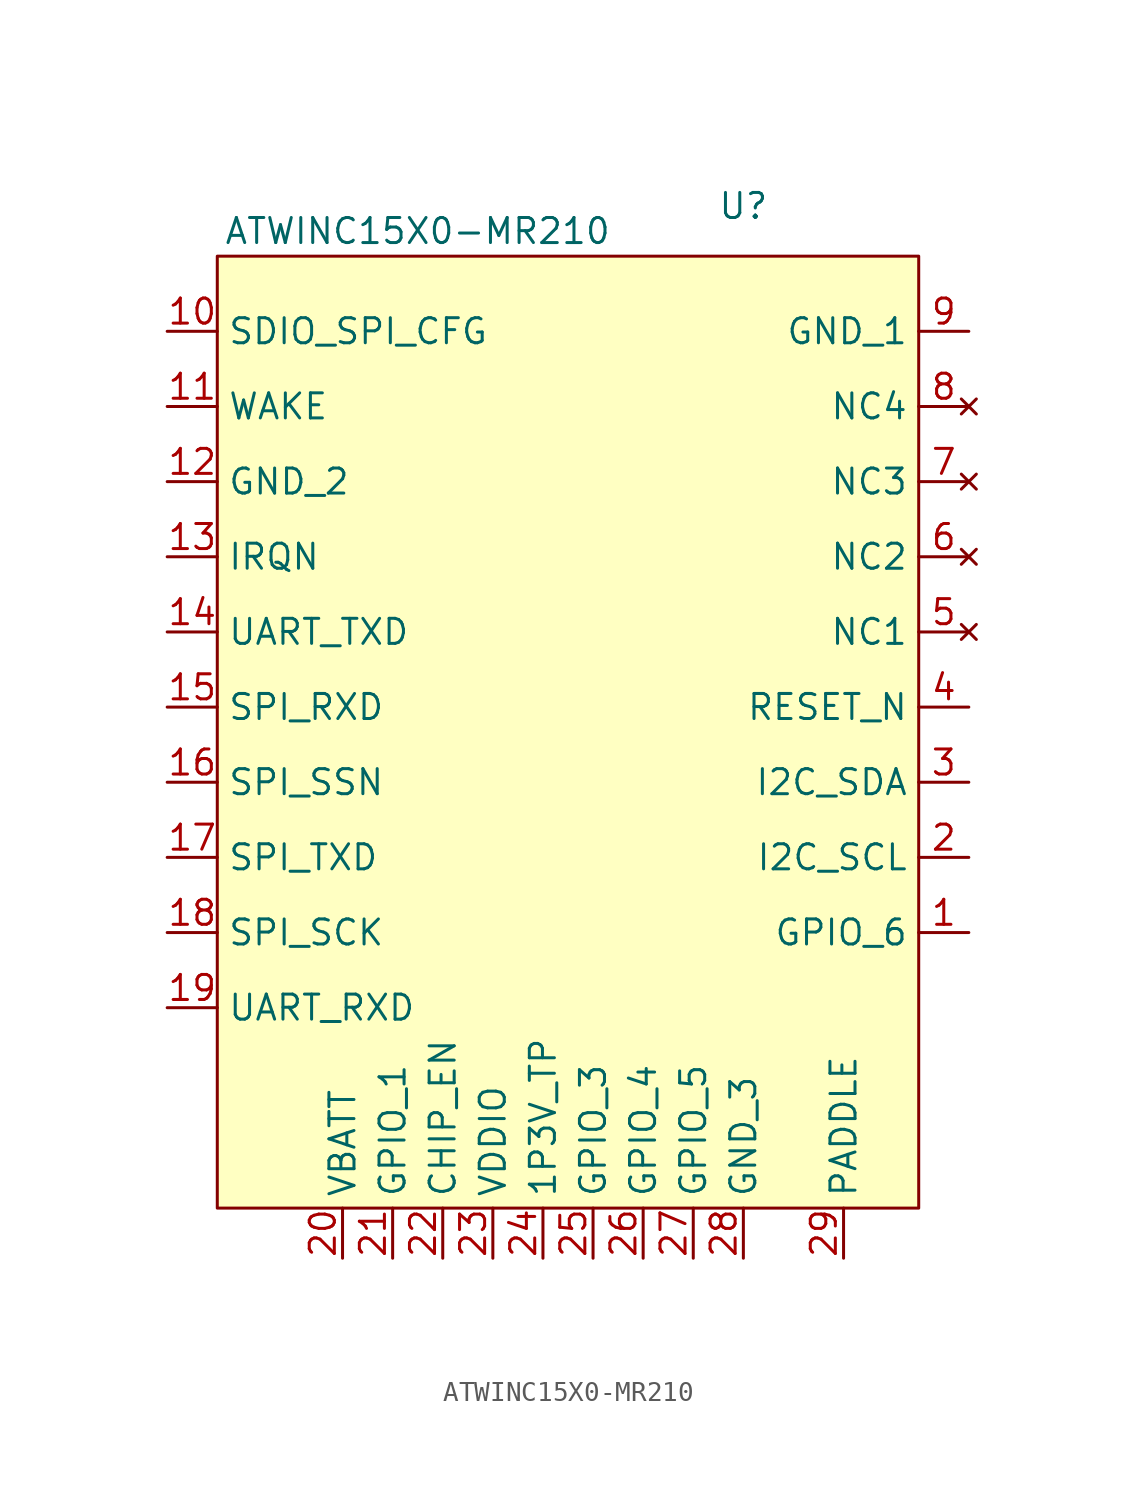
<source format=kicad_sym>
(kicad_symbol_lib
  (version 20211014)
  (generator kicad_symbol_editor)
  (symbol "ATWINC15X0-MR210"
    (property "Reference" "U"
      (at 17.78 2.54 0)
      (effects (font (size 1.27 1.27))))
    (property "Value" "ATWINC15X0-MR210"
      (at 1.27 1.27 0)
      (effects (font (size 1.27 1.27))))
    (symbol "ATWINC15X0-MR210_0_1"
      (rectangle (start -8.89 0) (end 26.67 -48.26) (stroke (width 0) (type default) (color 0 0 0 0)) (fill (type background))))
    (symbol "ATWINC15X0-MR210_1_1"
      (pin bidirectional line (at 29.21 -34.29 180) (length 2.54) (name "GPIO_6" (effects (font (size 1.27 1.27)))) (number "1" (effects (font (size 1.27 1.27)))))
      (pin input line (at -11.43 -3.81 0) (length 2.54) (name "SDIO_SPI_CFG" (effects (font (size 1.27 1.27)))) (number "10" (effects (font (size 1.27 1.27)))))
      (pin input line (at -11.43 -7.62 0) (length 2.54) (name "WAKE" (effects (font (size 1.27 1.27)))) (number "11" (effects (font (size 1.27 1.27)))))
      (pin power_in line (at -11.43 -11.43 0) (length 2.54) (name "GND_2" (effects (font (size 1.27 1.27)))) (number "12" (effects (font (size 1.27 1.27)))))
      (pin output line (at -11.43 -15.24 0) (length 2.54) (name "IRQN" (effects (font (size 1.27 1.27)))) (number "13" (effects (font (size 1.27 1.27)))))
      (pin output line (at -11.43 -19.05 0) (length 2.54) (name "UART_TXD" (effects (font (size 1.27 1.27)))) (number "14" (effects (font (size 1.27 1.27)))))
      (pin input line (at -11.43 -22.86 0) (length 2.54) (name "SPI_RXD" (effects (font (size 1.27 1.27)))) (number "15" (effects (font (size 1.27 1.27)))))
      (pin input line (at -11.43 -26.67 0) (length 2.54) (name "SPI_SSN" (effects (font (size 1.27 1.27)))) (number "16" (effects (font (size 1.27 1.27)))))
      (pin output line (at -11.43 -30.48 0) (length 2.54) (name "SPI_TXD" (effects (font (size 1.27 1.27)))) (number "17" (effects (font (size 1.27 1.27)))))
      (pin input line (at -11.43 -34.29 0) (length 2.54) (name "SPI_SCK" (effects (font (size 1.27 1.27)))) (number "18" (effects (font (size 1.27 1.27)))))
      (pin input line (at -11.43 -38.1 0) (length 2.54) (name "UART_RXD" (effects (font (size 1.27 1.27)))) (number "19" (effects (font (size 1.27 1.27)))))
      (pin bidirectional line (at 29.21 -30.48 180) (length 2.54) (name "I2C_SCL" (effects (font (size 1.27 1.27)))) (number "2" (effects (font (size 1.27 1.27)))))
      (pin power_in line (at -2.54 -50.8 90) (length 2.54) (name "VBATT" (effects (font (size 1.27 1.27)))) (number "20" (effects (font (size 1.27 1.27)))))
      (pin input line (at 0 -50.8 90) (length 2.54) (name "GPIO_1" (effects (font (size 1.27 1.27)))) (number "21" (effects (font (size 1.27 1.27)))))
      (pin input line (at 2.54 -50.8 90) (length 2.54) (name "CHIP_EN" (effects (font (size 1.27 1.27)))) (number "22" (effects (font (size 1.27 1.27)))))
      (pin power_in line (at 5.08 -50.8 90) (length 2.54) (name "VDDIO" (effects (font (size 1.27 1.27)))) (number "23" (effects (font (size 1.27 1.27)))))
      (pin power_in line (at 7.62 -50.8 90) (length 2.54) (name "1P3V_TP" (effects (font (size 1.27 1.27)))) (number "24" (effects (font (size 1.27 1.27)))))
      (pin bidirectional line (at 10.16 -50.8 90) (length 2.54) (name "GPIO_3" (effects (font (size 1.27 1.27)))) (number "25" (effects (font (size 1.27 1.27)))))
      (pin bidirectional line (at 12.7 -50.8 90) (length 2.54) (name "GPIO_4" (effects (font (size 1.27 1.27)))) (number "26" (effects (font (size 1.27 1.27)))))
      (pin bidirectional line (at 15.24 -50.8 90) (length 2.54) (name "GPIO_5" (effects (font (size 1.27 1.27)))) (number "27" (effects (font (size 1.27 1.27)))))
      (pin power_in line (at 17.78 -50.8 90) (length 2.54) (name "GND_3" (effects (font (size 1.27 1.27)))) (number "28" (effects (font (size 1.27 1.27)))))
      (pin power_in line (at 22.86 -50.8 90) (length 2.54) (name "PADDLE" (effects (font (size 1.27 1.27)))) (number "29" (effects (font (size 1.27 1.27)))))
      (pin bidirectional line (at 29.21 -26.67 180) (length 2.54) (name "I2C_SDA" (effects (font (size 1.27 1.27)))) (number "3" (effects (font (size 1.27 1.27)))))
      (pin input line (at 29.21 -22.86 180) (length 2.54) (name "RESET_N" (effects (font (size 1.27 1.27)))) (number "4" (effects (font (size 1.27 1.27)))))
      (pin no_connect line (at 29.21 -19.05 180) (length 2.54) (name "NC1" (effects (font (size 1.27 1.27)))) (number "5" (effects (font (size 1.27 1.27)))))
      (pin no_connect line (at 29.21 -15.24 180) (length 2.54) (name "NC2" (effects (font (size 1.27 1.27)))) (number "6" (effects (font (size 1.27 1.27)))))
      (pin no_connect line (at 29.21 -11.43 180) (length 2.54) (name "NC3" (effects (font (size 1.27 1.27)))) (number "7" (effects (font (size 1.27 1.27)))))
      (pin no_connect line (at 29.21 -7.62 180) (length 2.54) (name "NC4" (effects (font (size 1.27 1.27)))) (number "8" (effects (font (size 1.27 1.27)))))
      (pin power_in line (at 29.21 -3.81 180) (length 2.54) (name "GND_1" (effects (font (size 1.27 1.27)))) (number "9" (effects (font (size 1.27 1.27))))))))
</source>
